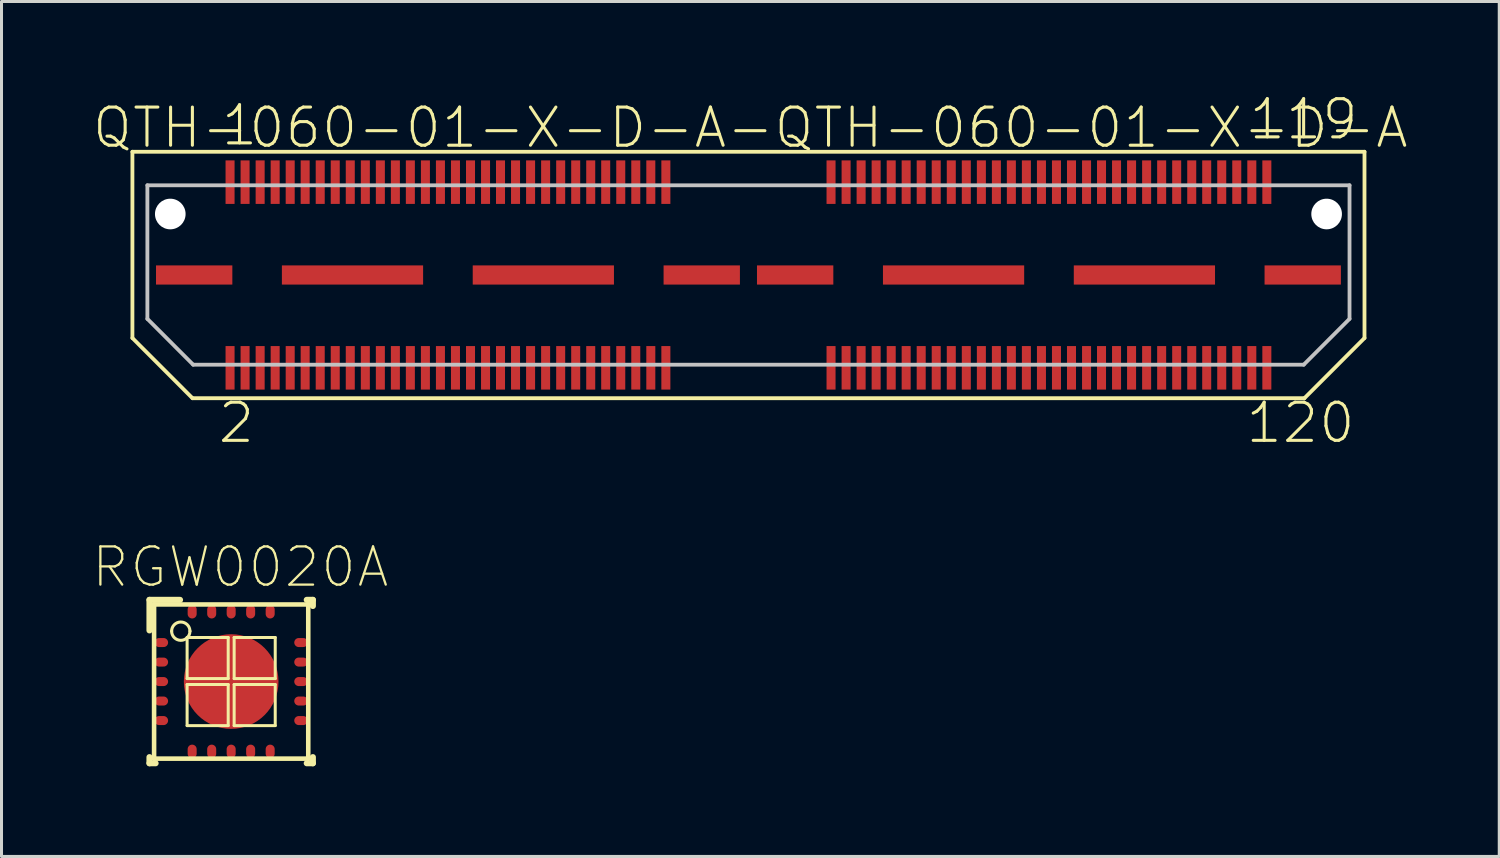
<source format=kicad_pcb>
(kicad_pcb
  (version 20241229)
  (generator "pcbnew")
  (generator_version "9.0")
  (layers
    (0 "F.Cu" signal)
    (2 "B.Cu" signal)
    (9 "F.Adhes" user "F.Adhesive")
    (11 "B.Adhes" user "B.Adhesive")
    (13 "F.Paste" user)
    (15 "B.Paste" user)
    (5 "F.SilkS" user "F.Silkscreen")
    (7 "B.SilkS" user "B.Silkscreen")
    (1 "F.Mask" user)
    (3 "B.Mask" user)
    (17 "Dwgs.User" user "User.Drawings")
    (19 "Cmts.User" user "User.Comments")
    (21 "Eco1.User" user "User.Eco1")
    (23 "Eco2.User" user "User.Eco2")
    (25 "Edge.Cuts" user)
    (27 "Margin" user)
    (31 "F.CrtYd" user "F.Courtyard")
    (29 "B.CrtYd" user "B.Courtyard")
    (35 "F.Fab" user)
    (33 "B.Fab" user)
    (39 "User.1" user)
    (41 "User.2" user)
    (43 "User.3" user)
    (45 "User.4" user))
  (footprint "RGW0020A"
    (layer "F.Cu")
    (at 4.642 19.628)
    (property "Reference" "RGW0020A" (at 0.305 -3.81 0) (layer "F.SilkS") (effects (font (size 1.27 1.27) (thickness 0.076))))
    (attr smd)
    (fp_line (start -2.718 -2.718) (end -1.702 -2.718) (stroke (width 0.203) (type solid)) (layer "F.SilkS"))
    (fp_line (start -2.718 -1.702) (end -2.718 -2.718) (stroke (width 0.203) (type solid)) (layer "F.SilkS"))
    (fp_line (start -2.718 2.718) (end -2.718 2.515) (stroke (width 0.203) (type solid)) (layer "F.SilkS"))
    (fp_line (start -2.718 2.718) (end -2.515 2.718) (stroke (width 0.203) (type solid)) (layer "F.SilkS"))
    (fp_line (start -2.565 -2.565) (end 2.565 -2.565) (stroke (width 0.152) (type solid)) (layer "F.SilkS"))
    (fp_line (start -2.565 2.565) (end -2.565 -2.565) (stroke (width 0.152) (type solid)) (layer "F.SilkS"))
    (fp_line (start -2.565 2.565) (end 2.565 2.565) (stroke (width 0.152) (type solid)) (layer "F.SilkS"))
    (fp_line (start -1.466 -1.466) (end -1.466 -0.099) (stroke (width 0.1) (type solid)) (layer "F.SilkS"))
    (fp_line (start -1.466 -0.099) (end -0.099 -0.099) (stroke (width 0.1) (type solid)) (layer "F.SilkS"))
    (fp_line (start -1.466 0.099) (end -1.466 1.466) (stroke (width 0.1) (type solid)) (layer "F.SilkS"))
    (fp_line (start -1.466 1.466) (end -0.099 1.466) (stroke (width 0.1) (type solid)) (layer "F.SilkS"))
    (fp_line (start -0.099 -1.466) (end -1.466 -1.466) (stroke (width 0.1) (type solid)) (layer "F.SilkS"))
    (fp_line (start -0.099 -0.099) (end -0.099 -1.466) (stroke (width 0.1) (type solid)) (layer "F.SilkS"))
    (fp_line (start -0.099 0.099) (end -1.466 0.099) (stroke (width 0.1) (type solid)) (layer "F.SilkS"))
    (fp_line (start -0.099 1.466) (end -0.099 0.099) (stroke (width 0.1) (type solid)) (layer "F.SilkS"))
    (fp_line (start 0.099 -1.466) (end 0.099 -0.099) (stroke (width 0.1) (type solid)) (layer "F.SilkS"))
    (fp_line (start 0.099 -0.099) (end 1.466 -0.099) (stroke (width 0.1) (type solid)) (layer "F.SilkS"))
    (fp_line (start 0.099 0.099) (end 0.099 1.466) (stroke (width 0.1) (type solid)) (layer "F.SilkS"))
    (fp_line (start 0.099 1.466) (end 1.466 1.466) (stroke (width 0.1) (type solid)) (layer "F.SilkS"))
    (fp_line (start 1.466 -1.466) (end 0.099 -1.466) (stroke (width 0.1) (type solid)) (layer "F.SilkS"))
    (fp_line (start 1.466 -0.099) (end 1.466 -1.466) (stroke (width 0.1) (type solid)) (layer "F.SilkS"))
    (fp_line (start 1.466 0.099) (end 0.099 0.099) (stroke (width 0.1) (type solid)) (layer "F.SilkS"))
    (fp_line (start 1.466 1.466) (end 1.466 0.099) (stroke (width 0.1) (type solid)) (layer "F.SilkS"))
    (fp_line (start 2.515 -2.718) (end 2.718 -2.718) (stroke (width 0.203) (type solid)) (layer "F.SilkS"))
    (fp_line (start 2.515 2.718) (end 2.718 2.718) (stroke (width 0.203) (type solid)) (layer "F.SilkS"))
    (fp_line (start 2.565 2.565) (end 2.565 -2.565) (stroke (width 0.152) (type solid)) (layer "F.SilkS"))
    (fp_line (start 2.718 -2.515) (end 2.718 -2.718) (stroke (width 0.203) (type solid)) (layer "F.SilkS"))
    (fp_line (start 2.718 2.718) (end 2.718 2.515) (stroke (width 0.203) (type solid)) (layer "F.SilkS"))
    (fp_arc (start -1.9812 -1.6764) (mid -1.6764 -1.9812) (end -1.3716 -1.6764) (stroke (width 0.1016) (type solid)) (layer "F.SilkS"))
    (fp_arc (start -1.3716 -1.6764) (mid -1.6764 -1.3716) (end -1.9812 -1.6764) (stroke (width 0.1016) (type solid)) (layer "F.SilkS"))
    (pad "1" smd oval (at -2.324 -1.298 180) (size 0.45 0.3) (layers "F.Cu" "F.Mask" "F.Paste"))
    (pad "2" smd oval (at -2.324 -0.648 180) (size 0.45 0.3) (layers "F.Cu" "F.Mask" "F.Paste"))
    (pad "3" smd oval (at -2.324 0 180) (size 0.45 0.3) (layers "F.Cu" "F.Mask" "F.Paste"))
    (pad "4" smd oval (at -2.324 0.648 180) (size 0.45 0.3) (layers "F.Cu" "F.Mask" "F.Paste"))
    (pad "5" smd oval (at -2.324 1.298 180) (size 0.45 0.3) (layers "F.Cu" "F.Mask" "F.Paste"))
    (pad "6" smd oval (at -1.298 2.324 90) (size 0.45 0.3) (layers "F.Cu" "F.Mask" "F.Paste"))
    (pad "7" smd oval (at -0.648 2.324 90) (size 0.45 0.3) (layers "F.Cu" "F.Mask" "F.Paste"))
    (pad "8" smd oval (at 0 2.324 90) (size 0.45 0.3) (layers "F.Cu" "F.Mask" "F.Paste"))
    (pad "9" smd oval (at 0.648 2.324 90) (size 0.45 0.3) (layers "F.Cu" "F.Mask" "F.Paste"))
    (pad "10" smd oval (at 1.298 2.324 90) (size 0.45 0.3) (layers "F.Cu" "F.Mask" "F.Paste"))
    (pad "11" smd oval (at 2.324 1.298 180) (size 0.45 0.3) (layers "F.Cu" "F.Mask" "F.Paste"))
    (pad "12" smd oval (at 2.324 0.648 180) (size 0.45 0.3) (layers "F.Cu" "F.Mask" "F.Paste"))
    (pad "13" smd oval (at 2.324 0 180) (size 0.45 0.3) (layers "F.Cu" "F.Mask" "F.Paste"))
    (pad "14" smd oval (at 2.324 -0.648 180) (size 0.45 0.3) (layers "F.Cu" "F.Mask" "F.Paste"))
    (pad "15" smd oval (at 2.324 -1.298 180) (size 0.45 0.3) (layers "F.Cu" "F.Mask" "F.Paste"))
    (pad "16" smd oval (at 1.298 -2.324 90) (size 0.45 0.3) (layers "F.Cu" "F.Mask" "F.Paste"))
    (pad "17" smd oval (at 0.648 -2.324 90) (size 0.45 0.3) (layers "F.Cu" "F.Mask" "F.Paste"))
    (pad "18" smd oval (at 0 -2.324 90) (size 0.45 0.3) (layers "F.Cu" "F.Mask" "F.Paste"))
    (pad "19" smd oval (at -0.648 -2.324 90) (size 0.45 0.3) (layers "F.Cu" "F.Mask" "F.Paste"))
    (pad "20" smd oval (at -1.298 -2.324 90) (size 0.45 0.3) (layers "F.Cu" "F.Mask" "F.Paste"))
    (pad "21" smd oval (at 0 0) (size 3.15 3.15) (layers "F.Cu" "F.Mask" "F.Paste")))
  (footprint "QTH-060-01-X-D-A-QTH-060-01-X-D-A"
    (layer "F.Cu")
    (at 21.854 6.1)
    (property "Reference" "QTH-060-01-X-D-A-QTH-060-01-X-D-A" (at 0.064 -4.9 0) (layer "F.SilkS") (effects (font (size 1.27 1.27) (thickness 0.102))))
    (attr smd)
    (fp_line (start -20.498 -4.1) (end 20.498 -4.1) (stroke (width 0.127) (type solid)) (layer "F.SilkS"))
    (fp_line (start -20.498 2.098) (end -20.498 -4.1) (stroke (width 0.127) (type solid)) (layer "F.SilkS"))
    (fp_line (start -18.499 4.1) (end -20.498 2.098) (stroke (width 0.127) (type solid)) (layer "F.SilkS"))
    (fp_line (start 18.499 4.1) (end -18.499 4.1) (stroke (width 0.127) (type solid)) (layer "F.SilkS"))
    (fp_line (start 20.498 -4.1) (end 20.498 2.098) (stroke (width 0.127) (type solid)) (layer "F.SilkS"))
    (fp_line (start 20.498 2.098) (end 18.499 4.1) (stroke (width 0.127) (type solid)) (layer "F.SilkS"))
    (fp_line (start -20 -2.985) (end 20 -2.985) (stroke (width 0.127) (type solid)) (layer "Dwgs.User"))
    (fp_line (start -20 1.46) (end -20 -2.985) (stroke (width 0.127) (type solid)) (layer "Dwgs.User"))
    (fp_line (start -18.476 2.985) (end -20 1.46) (stroke (width 0.127) (type solid)) (layer "Dwgs.User"))
    (fp_line (start 18.476 2.985) (end -18.476 2.985) (stroke (width 0.127) (type solid)) (layer "Dwgs.User"))
    (fp_line (start 20 -2.985) (end 20 1.46) (stroke (width 0.127) (type solid)) (layer "Dwgs.User"))
    (fp_line (start 20 1.46) (end 18.476 2.985) (stroke (width 0.127) (type solid)) (layer "Dwgs.User"))
    (fp_text user "120" (at 18.369 4.92 0) (layer "F.SilkS") (effects (font (size 1.27 1.27) (thickness 0.102))))
    (fp_text user "119" (at 18.473 -5.179 0) (layer "F.SilkS") (effects (font (size 1.27 1.27) (thickness 0.102))))
    (fp_text user "2" (at -17.038 4.92 0) (layer "F.SilkS") (effects (font (size 1.27 1.27) (thickness 0.102))))
    (fp_text user "1" (at -16.934 -4.978 0) (layer "F.SilkS") (effects (font (size 1.27 1.27) (thickness 0.102))))
    (pad "" np_thru_hole circle (at -19.238 -2.029) (size 1.019 1.019) (drill 1.019) (layers "*.Cu" "*.Mask"))
    (pad "" np_thru_hole circle (at 19.238 -2.029) (size 1.019 1.019) (drill 1.019) (layers "*.Cu" "*.Mask"))
    (pad "1" smd rect (at -17.249 -3.089) (size 0.3 1.448) (layers "F.Cu" "F.Mask" "F.Paste"))
    (pad "2" smd rect (at -17.249 3.089) (size 0.3 1.448) (layers "F.Cu" "F.Mask" "F.Paste"))
    (pad "3" smd rect (at -16.749 -3.089) (size 0.3 1.448) (layers "F.Cu" "F.Mask" "F.Paste"))
    (pad "4" smd rect (at -16.749 3.089) (size 0.3 1.448) (layers "F.Cu" "F.Mask" "F.Paste"))
    (pad "5" smd rect (at -16.248 -3.089) (size 0.3 1.448) (layers "F.Cu" "F.Mask" "F.Paste"))
    (pad "6" smd rect (at -16.248 3.089) (size 0.3 1.448) (layers "F.Cu" "F.Mask" "F.Paste"))
    (pad "7" smd rect (at -15.748 -3.089) (size 0.3 1.448) (layers "F.Cu" "F.Mask" "F.Paste"))
    (pad "8" smd rect (at -15.748 3.089) (size 0.3 1.448) (layers "F.Cu" "F.Mask" "F.Paste"))
    (pad "9" smd rect (at -15.248 -3.089) (size 0.3 1.448) (layers "F.Cu" "F.Mask" "F.Paste"))
    (pad "10" smd rect (at -15.248 3.089) (size 0.3 1.448) (layers "F.Cu" "F.Mask" "F.Paste"))
    (pad "11" smd rect (at -14.75 -3.089) (size 0.3 1.448) (layers "F.Cu" "F.Mask" "F.Paste"))
    (pad "12" smd rect (at -14.75 3.089) (size 0.3 1.448) (layers "F.Cu" "F.Mask" "F.Paste"))
    (pad "13" smd rect (at -14.249 -3.089) (size 0.3 1.448) (layers "F.Cu" "F.Mask" "F.Paste"))
    (pad "14" smd rect (at -14.249 3.089) (size 0.3 1.448) (layers "F.Cu" "F.Mask" "F.Paste"))
    (pad "15" smd rect (at -13.749 -3.089) (size 0.3 1.448) (layers "F.Cu" "F.Mask" "F.Paste"))
    (pad "16" smd rect (at -13.749 3.089) (size 0.3 1.448) (layers "F.Cu" "F.Mask" "F.Paste"))
    (pad "17" smd rect (at -13.249 -3.089) (size 0.3 1.448) (layers "F.Cu" "F.Mask" "F.Paste"))
    (pad "18" smd rect (at -13.249 3.089) (size 0.3 1.448) (layers "F.Cu" "F.Mask" "F.Paste"))
    (pad "19" smd rect (at -12.748 -3.089) (size 0.3 1.448) (layers "F.Cu" "F.Mask" "F.Paste"))
    (pad "20" smd rect (at -12.748 3.089) (size 0.3 1.448) (layers "F.Cu" "F.Mask" "F.Paste"))
    (pad "21" smd rect (at -12.248 -3.089) (size 0.3 1.448) (layers "F.Cu" "F.Mask" "F.Paste"))
    (pad "22" smd rect (at -12.248 3.089) (size 0.3 1.448) (layers "F.Cu" "F.Mask" "F.Paste"))
    (pad "23" smd rect (at -11.748 -3.089) (size 0.3 1.448) (layers "F.Cu" "F.Mask" "F.Paste"))
    (pad "24" smd rect (at -11.748 3.089) (size 0.3 1.448) (layers "F.Cu" "F.Mask" "F.Paste"))
    (pad "25" smd rect (at -11.25 -3.089) (size 0.3 1.448) (layers "F.Cu" "F.Mask" "F.Paste"))
    (pad "26" smd rect (at -11.25 3.089) (size 0.3 1.448) (layers "F.Cu" "F.Mask" "F.Paste"))
    (pad "27" smd rect (at -10.749 -3.089) (size 0.3 1.448) (layers "F.Cu" "F.Mask" "F.Paste"))
    (pad "28" smd rect (at -10.749 3.089) (size 0.3 1.448) (layers "F.Cu" "F.Mask" "F.Paste"))
    (pad "29" smd rect (at -10.249 -3.089) (size 0.3 1.448) (layers "F.Cu" "F.Mask" "F.Paste"))
    (pad "30" smd rect (at -10.249 3.089) (size 0.3 1.448) (layers "F.Cu" "F.Mask" "F.Paste"))
    (pad "31" smd rect (at -9.749 -3.089) (size 0.3 1.448) (layers "F.Cu" "F.Mask" "F.Paste"))
    (pad "32" smd rect (at -9.749 3.089) (size 0.3 1.448) (layers "F.Cu" "F.Mask" "F.Paste"))
    (pad "33" smd rect (at -9.248 -3.089) (size 0.3 1.448) (layers "F.Cu" "F.Mask" "F.Paste"))
    (pad "34" smd rect (at -9.248 3.089) (size 0.3 1.448) (layers "F.Cu" "F.Mask" "F.Paste"))
    (pad "35" smd rect (at -8.748 -3.089) (size 0.3 1.448) (layers "F.Cu" "F.Mask" "F.Paste"))
    (pad "36" smd rect (at -8.748 3.089) (size 0.3 1.448) (layers "F.Cu" "F.Mask" "F.Paste"))
    (pad "37" smd rect (at -8.25 -3.089) (size 0.3 1.448) (layers "F.Cu" "F.Mask" "F.Paste"))
    (pad "38" smd rect (at -8.25 3.089) (size 0.3 1.448) (layers "F.Cu" "F.Mask" "F.Paste"))
    (pad "39" smd rect (at -7.75 -3.089) (size 0.3 1.448) (layers "F.Cu" "F.Mask" "F.Paste"))
    (pad "40" smd rect (at -7.75 3.089) (size 0.3 1.448) (layers "F.Cu" "F.Mask" "F.Paste"))
    (pad "41" smd rect (at -7.249 -3.089) (size 0.3 1.448) (layers "F.Cu" "F.Mask" "F.Paste"))
    (pad "42" smd rect (at -7.249 3.089) (size 0.3 1.448) (layers "F.Cu" "F.Mask" "F.Paste"))
    (pad "43" smd rect (at -6.749 -3.089) (size 0.3 1.448) (layers "F.Cu" "F.Mask" "F.Paste"))
    (pad "44" smd rect (at -6.749 3.089) (size 0.3 1.448) (layers "F.Cu" "F.Mask" "F.Paste"))
    (pad "45" smd rect (at -6.248 -3.089) (size 0.3 1.448) (layers "F.Cu" "F.Mask" "F.Paste"))
    (pad "46" smd rect (at -6.248 3.089) (size 0.3 1.448) (layers "F.Cu" "F.Mask" "F.Paste"))
    (pad "47" smd rect (at -5.748 -3.089) (size 0.3 1.448) (layers "F.Cu" "F.Mask" "F.Paste"))
    (pad "48" smd rect (at -5.748 3.089) (size 0.3 1.448) (layers "F.Cu" "F.Mask" "F.Paste"))
    (pad "49" smd rect (at -5.248 -3.089) (size 0.3 1.448) (layers "F.Cu" "F.Mask" "F.Paste"))
    (pad "50" smd rect (at -5.248 3.089) (size 0.3 1.448) (layers "F.Cu" "F.Mask" "F.Paste"))
    (pad "51" smd rect (at -4.75 -3.089) (size 0.3 1.448) (layers "F.Cu" "F.Mask" "F.Paste"))
    (pad "52" smd rect (at -4.75 3.089) (size 0.3 1.448) (layers "F.Cu" "F.Mask" "F.Paste"))
    (pad "53" smd rect (at -4.249 -3.089) (size 0.3 1.448) (layers "F.Cu" "F.Mask" "F.Paste"))
    (pad "54" smd rect (at -4.249 3.089) (size 0.3 1.448) (layers "F.Cu" "F.Mask" "F.Paste"))
    (pad "55" smd rect (at -3.749 -3.089) (size 0.3 1.448) (layers "F.Cu" "F.Mask" "F.Paste"))
    (pad "56" smd rect (at -3.749 3.089) (size 0.3 1.448) (layers "F.Cu" "F.Mask" "F.Paste"))
    (pad "57" smd rect (at -3.249 -3.089) (size 0.3 1.448) (layers "F.Cu" "F.Mask" "F.Paste"))
    (pad "58" smd rect (at -3.249 3.089) (size 0.3 1.448) (layers "F.Cu" "F.Mask" "F.Paste"))
    (pad "59" smd rect (at -2.748 -3.089) (size 0.3 1.448) (layers "F.Cu" "F.Mask" "F.Paste"))
    (pad "60" smd rect (at -2.748 3.089) (size 0.3 1.448) (layers "F.Cu" "F.Mask" "F.Paste"))
    (pad "61" smd rect (at 2.748 -3.089) (size 0.3 1.448) (layers "F.Cu" "F.Mask" "F.Paste"))
    (pad "62" smd rect (at 2.748 3.089) (size 0.3 1.448) (layers "F.Cu" "F.Mask" "F.Paste"))
    (pad "63" smd rect (at 3.249 -3.089) (size 0.3 1.448) (layers "F.Cu" "F.Mask" "F.Paste"))
    (pad "64" smd rect (at 3.249 3.089) (size 0.3 1.448) (layers "F.Cu" "F.Mask" "F.Paste"))
    (pad "65" smd rect (at 3.749 -3.089) (size 0.3 1.448) (layers "F.Cu" "F.Mask" "F.Paste"))
    (pad "66" smd rect (at 3.749 3.089) (size 0.3 1.448) (layers "F.Cu" "F.Mask" "F.Paste"))
    (pad "67" smd rect (at 4.249 -3.089) (size 0.3 1.448) (layers "F.Cu" "F.Mask" "F.Paste"))
    (pad "68" smd rect (at 4.249 3.089) (size 0.3 1.448) (layers "F.Cu" "F.Mask" "F.Paste"))
    (pad "69" smd rect (at 4.75 -3.089) (size 0.3 1.448) (layers "F.Cu" "F.Mask" "F.Paste"))
    (pad "70" smd rect (at 4.75 3.089) (size 0.3 1.448) (layers "F.Cu" "F.Mask" "F.Paste"))
    (pad "71" smd rect (at 5.248 -3.089) (size 0.3 1.448) (layers "F.Cu" "F.Mask" "F.Paste"))
    (pad "72" smd rect (at 5.248 3.089) (size 0.3 1.448) (layers "F.Cu" "F.Mask" "F.Paste"))
    (pad "73" smd rect (at 5.748 -3.089) (size 0.3 1.448) (layers "F.Cu" "F.Mask" "F.Paste"))
    (pad "74" smd rect (at 5.748 3.089) (size 0.3 1.448) (layers "F.Cu" "F.Mask" "F.Paste"))
    (pad "75" smd rect (at 6.248 -3.089) (size 0.3 1.448) (layers "F.Cu" "F.Mask" "F.Paste"))
    (pad "76" smd rect (at 6.248 3.089) (size 0.3 1.448) (layers "F.Cu" "F.Mask" "F.Paste"))
    (pad "77" smd rect (at 6.749 -3.089) (size 0.3 1.448) (layers "F.Cu" "F.Mask" "F.Paste"))
    (pad "78" smd rect (at 6.749 3.089) (size 0.3 1.448) (layers "F.Cu" "F.Mask" "F.Paste"))
    (pad "79" smd rect (at 7.249 -3.089) (size 0.3 1.448) (layers "F.Cu" "F.Mask" "F.Paste"))
    (pad "80" smd rect (at 7.249 3.089) (size 0.3 1.448) (layers "F.Cu" "F.Mask" "F.Paste"))
    (pad "81" smd rect (at 7.75 -3.089) (size 0.3 1.448) (layers "F.Cu" "F.Mask" "F.Paste"))
    (pad "82" smd rect (at 7.75 3.089) (size 0.3 1.448) (layers "F.Cu" "F.Mask" "F.Paste"))
    (pad "83" smd rect (at 8.25 -3.089) (size 0.3 1.448) (layers "F.Cu" "F.Mask" "F.Paste"))
    (pad "84" smd rect (at 8.25 3.089) (size 0.3 1.448) (layers "F.Cu" "F.Mask" "F.Paste"))
    (pad "85" smd rect (at 8.748 -3.089) (size 0.3 1.448) (layers "F.Cu" "F.Mask" "F.Paste"))
    (pad "86" smd rect (at 8.748 3.089) (size 0.3 1.448) (layers "F.Cu" "F.Mask" "F.Paste"))
    (pad "87" smd rect (at 9.248 -3.089) (size 0.3 1.448) (layers "F.Cu" "F.Mask" "F.Paste"))
    (pad "88" smd rect (at 9.248 3.089) (size 0.3 1.448) (layers "F.Cu" "F.Mask" "F.Paste"))
    (pad "89" smd rect (at 9.749 -3.089) (size 0.3 1.448) (layers "F.Cu" "F.Mask" "F.Paste"))
    (pad "90" smd rect (at 9.749 3.089) (size 0.3 1.448) (layers "F.Cu" "F.Mask" "F.Paste"))
    (pad "91" smd rect (at 10.249 -3.089) (size 0.3 1.448) (layers "F.Cu" "F.Mask" "F.Paste"))
    (pad "92" smd rect (at 10.249 3.089) (size 0.3 1.448) (layers "F.Cu" "F.Mask" "F.Paste"))
    (pad "93" smd rect (at 10.749 -3.089) (size 0.3 1.448) (layers "F.Cu" "F.Mask" "F.Paste"))
    (pad "94" smd rect (at 10.749 3.089) (size 0.3 1.448) (layers "F.Cu" "F.Mask" "F.Paste"))
    (pad "95" smd rect (at 11.25 -3.089) (size 0.3 1.448) (layers "F.Cu" "F.Mask" "F.Paste"))
    (pad "96" smd rect (at 11.25 3.089) (size 0.3 1.448) (layers "F.Cu" "F.Mask" "F.Paste"))
    (pad "97" smd rect (at 11.748 -3.089) (size 0.3 1.448) (layers "F.Cu" "F.Mask" "F.Paste"))
    (pad "98" smd rect (at 11.748 3.089) (size 0.3 1.448) (layers "F.Cu" "F.Mask" "F.Paste"))
    (pad "99" smd rect (at 12.248 -3.089) (size 0.3 1.448) (layers "F.Cu" "F.Mask" "F.Paste"))
    (pad "100" smd rect (at 12.248 3.089) (size 0.3 1.448) (layers "F.Cu" "F.Mask" "F.Paste"))
    (pad "101" smd rect (at 12.748 -3.089) (size 0.3 1.448) (layers "F.Cu" "F.Mask" "F.Paste"))
    (pad "102" smd rect (at 12.748 3.089) (size 0.3 1.448) (layers "F.Cu" "F.Mask" "F.Paste"))
    (pad "103" smd rect (at 13.249 -3.089) (size 0.3 1.448) (layers "F.Cu" "F.Mask" "F.Paste"))
    (pad "104" smd rect (at 13.249 3.089) (size 0.3 1.448) (layers "F.Cu" "F.Mask" "F.Paste"))
    (pad "105" smd rect (at 13.749 -3.089) (size 0.3 1.448) (layers "F.Cu" "F.Mask" "F.Paste"))
    (pad "106" smd rect (at 13.749 3.089) (size 0.3 1.448) (layers "F.Cu" "F.Mask" "F.Paste"))
    (pad "107" smd rect (at 14.249 -3.089) (size 0.3 1.448) (layers "F.Cu" "F.Mask" "F.Paste"))
    (pad "108" smd rect (at 14.249 3.089) (size 0.3 1.448) (layers "F.Cu" "F.Mask" "F.Paste"))
    (pad "109" smd rect (at 14.75 -3.089) (size 0.3 1.448) (layers "F.Cu" "F.Mask" "F.Paste"))
    (pad "110" smd rect (at 14.75 3.089) (size 0.3 1.448) (layers "F.Cu" "F.Mask" "F.Paste"))
    (pad "111" smd rect (at 15.248 -3.089) (size 0.3 1.448) (layers "F.Cu" "F.Mask" "F.Paste"))
    (pad "112" smd rect (at 15.248 3.089) (size 0.3 1.448) (layers "F.Cu" "F.Mask" "F.Paste"))
    (pad "113" smd rect (at 15.748 -3.089) (size 0.3 1.448) (layers "F.Cu" "F.Mask" "F.Paste"))
    (pad "114" smd rect (at 15.748 3.089) (size 0.3 1.448) (layers "F.Cu" "F.Mask" "F.Paste"))
    (pad "115" smd rect (at 16.248 -3.089) (size 0.3 1.448) (layers "F.Cu" "F.Mask" "F.Paste"))
    (pad "116" smd rect (at 16.248 3.089) (size 0.3 1.448) (layers "F.Cu" "F.Mask" "F.Paste"))
    (pad "117" smd rect (at 16.749 -3.089) (size 0.3 1.448) (layers "F.Cu" "F.Mask" "F.Paste"))
    (pad "118" smd rect (at 16.749 3.089) (size 0.3 1.448) (layers "F.Cu" "F.Mask" "F.Paste"))
    (pad "119" smd rect (at 17.249 -3.089) (size 0.3 1.448) (layers "F.Cu" "F.Mask" "F.Paste"))
    (pad "120" smd rect (at 17.249 3.089) (size 0.3 1.448) (layers "F.Cu" "F.Mask" "F.Paste"))
    (pad "G1" smd rect (at -18.443 0) (size 2.54 0.638) (layers "F.Cu" "F.Mask" "F.Paste"))
    (pad "G2" smd rect (at -13.175 0) (size 4.699 0.638) (layers "F.Cu" "F.Mask" "F.Paste"))
    (pad "G3" smd rect (at -6.825 0) (size 4.699 0.638) (layers "F.Cu" "F.Mask" "F.Paste"))
    (pad "G4" smd rect (at -1.554 0) (size 2.54 0.638) (layers "F.Cu" "F.Mask" "F.Paste"))
    (pad "G5" smd rect (at 1.554 0) (size 2.54 0.638) (layers "F.Cu" "F.Mask" "F.Paste"))
    (pad "G6" smd rect (at 6.825 0) (size 4.699 0.638) (layers "F.Cu" "F.Mask" "F.Paste"))
    (pad "G7" smd rect (at 13.175 0) (size 4.699 0.638) (layers "F.Cu" "F.Mask" "F.Paste"))
    (pad "G8" smd rect (at 18.443 0) (size 2.54 0.638) (layers "F.Cu" "F.Mask" "F.Paste")))
  (gr_rect
    (start -3 -3)
    (end 46.836 25.448)
    (stroke (width 0.1) (type default))
    (fill no)
    (layer "Edge.Cuts")))
</source>
